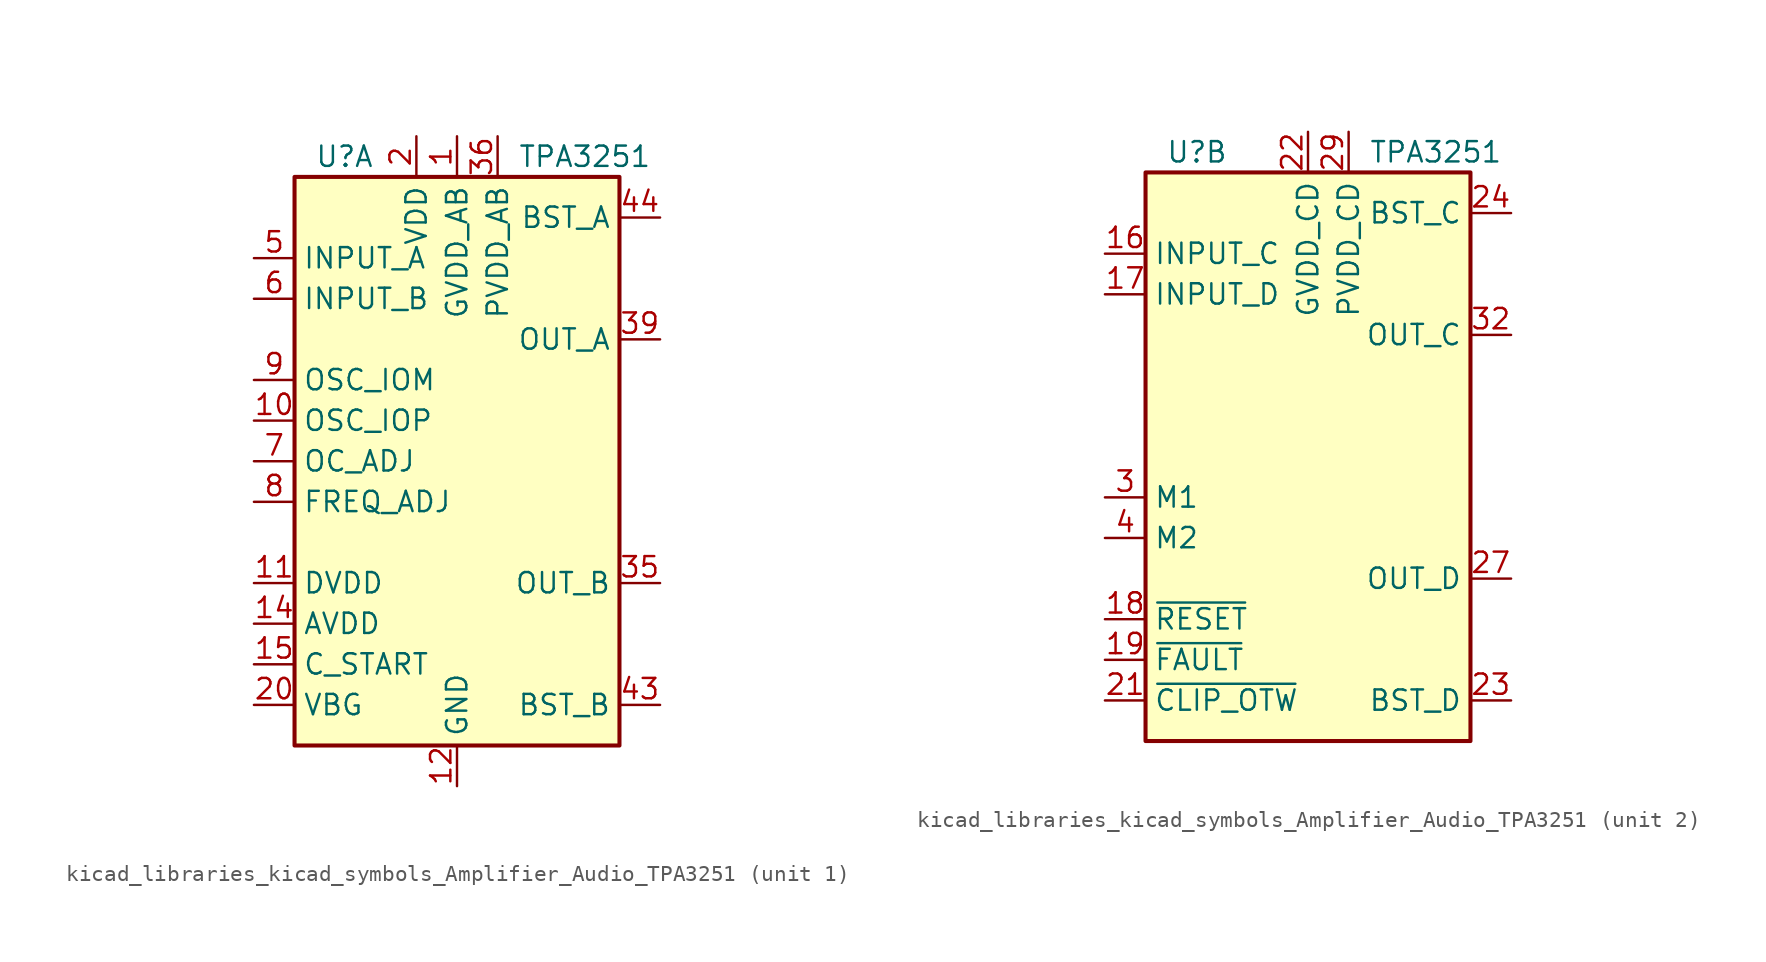
<source format=kicad_sym>
(kicad_symbol_lib
  (version 20220914)
  (generator kicad_symbol_editor)
  (symbol "kicad_libraries_kicad_symbols_Amplifier_Audio_TPA3251"
    (property "Reference" "U"
      (at -8.89 19.05 0)
      (effects (font (size 1.27 1.27)) (justify left)))
    (property "Value" "TPA3251"
      (at 3.81 19.05 0)
      (effects (font (size 1.27 1.27)) (justify left)))
    (property "ki_locked" ""
      (at 0 0 0)
      (effects (font (size 1.27 1.27))))
    (symbol "kicad_libraries_kicad_symbols_Amplifier_Audio_TPA3251_0_1"
      (rectangle (start -10.16 -17.78) (end 10.16 17.78) (stroke (width 0.254) (type default)) (fill (type background))))
    (symbol "kicad_libraries_kicad_symbols_Amplifier_Audio_TPA3251_1_1"
      (pin power_in line (at 0 20.32 270) (length 2.54) (name "GVDD_AB" (effects (font (size 1.27 1.27)))) (number "1" (effects (font (size 1.27 1.27)))))
      (pin bidirectional line (at -12.7 2.54 0) (length 2.54) (name "OSC_IOP" (effects (font (size 1.27 1.27)))) (number "10" (effects (font (size 1.27 1.27)))))
      (pin passive line (at -12.7 -7.62 0) (length 2.54) (name "DVDD" (effects (font (size 1.27 1.27)))) (number "11" (effects (font (size 1.27 1.27)))))
      (pin power_in line (at 0 -20.32 90) (length 2.54) (name "GND" (effects (font (size 1.27 1.27)))) (number "12" (effects (font (size 1.27 1.27)))))
      (pin passive line (at 0 -20.32 90) (length 2.54) hide (name "GND" (effects (font (size 1.27 1.27)))) (number "13" (effects (font (size 1.27 1.27)))))
      (pin passive line (at -12.7 -10.16 0) (length 2.54) (name "AVDD" (effects (font (size 1.27 1.27)))) (number "14" (effects (font (size 1.27 1.27)))))
      (pin passive line (at -12.7 -12.7 0) (length 2.54) (name "C_START" (effects (font (size 1.27 1.27)))) (number "15" (effects (font (size 1.27 1.27)))))
      (pin power_in line (at -2.54 20.32 270) (length 2.54) (name "VDD" (effects (font (size 1.27 1.27)))) (number "2" (effects (font (size 1.27 1.27)))))
      (pin passive line (at -12.7 -15.24 0) (length 2.54) (name "VBG" (effects (font (size 1.27 1.27)))) (number "20" (effects (font (size 1.27 1.27)))))
      (pin passive line (at 0 -20.32 90) (length 2.54) hide (name "GND" (effects (font (size 1.27 1.27)))) (number "25" (effects (font (size 1.27 1.27)))))
      (pin passive line (at 0 -20.32 90) (length 2.54) hide (name "GND" (effects (font (size 1.27 1.27)))) (number "26" (effects (font (size 1.27 1.27)))))
      (pin passive line (at 0 -20.32 90) (length 2.54) hide (name "GND" (effects (font (size 1.27 1.27)))) (number "33" (effects (font (size 1.27 1.27)))))
      (pin passive line (at 0 -20.32 90) (length 2.54) hide (name "GND" (effects (font (size 1.27 1.27)))) (number "34" (effects (font (size 1.27 1.27)))))
      (pin output line (at 12.7 -7.62 180) (length 2.54) (name "OUT_B" (effects (font (size 1.27 1.27)))) (number "35" (effects (font (size 1.27 1.27)))))
      (pin power_in line (at 2.54 20.32 270) (length 2.54) (name "PVDD_AB" (effects (font (size 1.27 1.27)))) (number "36" (effects (font (size 1.27 1.27)))))
      (pin passive line (at 2.54 20.32 270) (length 2.54) hide (name "PVDD_AB" (effects (font (size 1.27 1.27)))) (number "37" (effects (font (size 1.27 1.27)))))
      (pin passive line (at 2.54 20.32 270) (length 2.54) hide (name "PVDD_AB" (effects (font (size 1.27 1.27)))) (number "38" (effects (font (size 1.27 1.27)))))
      (pin output line (at 12.7 7.62 180) (length 2.54) (name "OUT_A" (effects (font (size 1.27 1.27)))) (number "39" (effects (font (size 1.27 1.27)))))
      (pin passive line (at 12.7 7.62 180) (length 2.54) hide (name "OUT_A" (effects (font (size 1.27 1.27)))) (number "40" (effects (font (size 1.27 1.27)))))
      (pin passive line (at 0 -20.32 90) (length 2.54) hide (name "GND" (effects (font (size 1.27 1.27)))) (number "41" (effects (font (size 1.27 1.27)))))
      (pin passive line (at 0 -20.32 90) (length 2.54) hide (name "GND" (effects (font (size 1.27 1.27)))) (number "42" (effects (font (size 1.27 1.27)))))
      (pin passive line (at 12.7 -15.24 180) (length 2.54) (name "BST_B" (effects (font (size 1.27 1.27)))) (number "43" (effects (font (size 1.27 1.27)))))
      (pin passive line (at 12.7 15.24 180) (length 2.54) (name "BST_A" (effects (font (size 1.27 1.27)))) (number "44" (effects (font (size 1.27 1.27)))))
      (pin input line (at -12.7 12.7 0) (length 2.54) (name "INPUT_A" (effects (font (size 1.27 1.27)))) (number "5" (effects (font (size 1.27 1.27)))))
      (pin input line (at -12.7 10.16 0) (length 2.54) (name "INPUT_B" (effects (font (size 1.27 1.27)))) (number "6" (effects (font (size 1.27 1.27)))))
      (pin passive line (at -12.7 0 0) (length 2.54) (name "OC_ADJ" (effects (font (size 1.27 1.27)))) (number "7" (effects (font (size 1.27 1.27)))))
      (pin passive line (at -12.7 -2.54 0) (length 2.54) (name "FREQ_ADJ" (effects (font (size 1.27 1.27)))) (number "8" (effects (font (size 1.27 1.27)))))
      (pin bidirectional line (at -12.7 5.08 0) (length 2.54) (name "OSC_IOM" (effects (font (size 1.27 1.27)))) (number "9" (effects (font (size 1.27 1.27))))))
    (symbol "kicad_libraries_kicad_symbols_Amplifier_Audio_TPA3251_2_1"
      (pin input line (at -12.7 12.7 0) (length 2.54) (name "INPUT_C" (effects (font (size 1.27 1.27)))) (number "16" (effects (font (size 1.27 1.27)))))
      (pin input line (at -12.7 10.16 0) (length 2.54) (name "INPUT_D" (effects (font (size 1.27 1.27)))) (number "17" (effects (font (size 1.27 1.27)))))
      (pin input line (at -12.7 -10.16 0) (length 2.54) (name "~{RESET}" (effects (font (size 1.27 1.27)))) (number "18" (effects (font (size 1.27 1.27)))))
      (pin open_collector line (at -12.7 -12.7 0) (length 2.54) (name "~{FAULT}" (effects (font (size 1.27 1.27)))) (number "19" (effects (font (size 1.27 1.27)))))
      (pin open_collector line (at -12.7 -15.24 0) (length 2.54) (name "~{CLIP_OTW}" (effects (font (size 1.27 1.27)))) (number "21" (effects (font (size 1.27 1.27)))))
      (pin power_in line (at 0 20.32 270) (length 2.54) (name "GVDD_CD" (effects (font (size 1.27 1.27)))) (number "22" (effects (font (size 1.27 1.27)))))
      (pin passive line (at 12.7 -15.24 180) (length 2.54) (name "BST_D" (effects (font (size 1.27 1.27)))) (number "23" (effects (font (size 1.27 1.27)))))
      (pin passive line (at 12.7 15.24 180) (length 2.54) (name "BST_C" (effects (font (size 1.27 1.27)))) (number "24" (effects (font (size 1.27 1.27)))))
      (pin output line (at 12.7 -7.62 180) (length 2.54) (name "OUT_D" (effects (font (size 1.27 1.27)))) (number "27" (effects (font (size 1.27 1.27)))))
      (pin passive line (at 12.7 -7.62 180) (length 2.54) hide (name "OUT_D" (effects (font (size 1.27 1.27)))) (number "28" (effects (font (size 1.27 1.27)))))
      (pin power_in line (at 2.54 20.32 270) (length 2.54) (name "PVDD_CD" (effects (font (size 1.27 1.27)))) (number "29" (effects (font (size 1.27 1.27)))))
      (pin input line (at -12.7 -2.54 0) (length 2.54) (name "M1" (effects (font (size 1.27 1.27)))) (number "3" (effects (font (size 1.27 1.27)))))
      (pin passive line (at 2.54 20.32 270) (length 2.54) hide (name "PVDD_CD" (effects (font (size 1.27 1.27)))) (number "30" (effects (font (size 1.27 1.27)))))
      (pin passive line (at 2.54 20.32 270) (length 2.54) hide (name "PVDD_CD" (effects (font (size 1.27 1.27)))) (number "31" (effects (font (size 1.27 1.27)))))
      (pin output line (at 12.7 7.62 180) (length 2.54) (name "OUT_C" (effects (font (size 1.27 1.27)))) (number "32" (effects (font (size 1.27 1.27)))))
      (pin input line (at -12.7 -5.08 0) (length 2.54) (name "M2" (effects (font (size 1.27 1.27)))) (number "4" (effects (font (size 1.27 1.27))))))))
</source>
